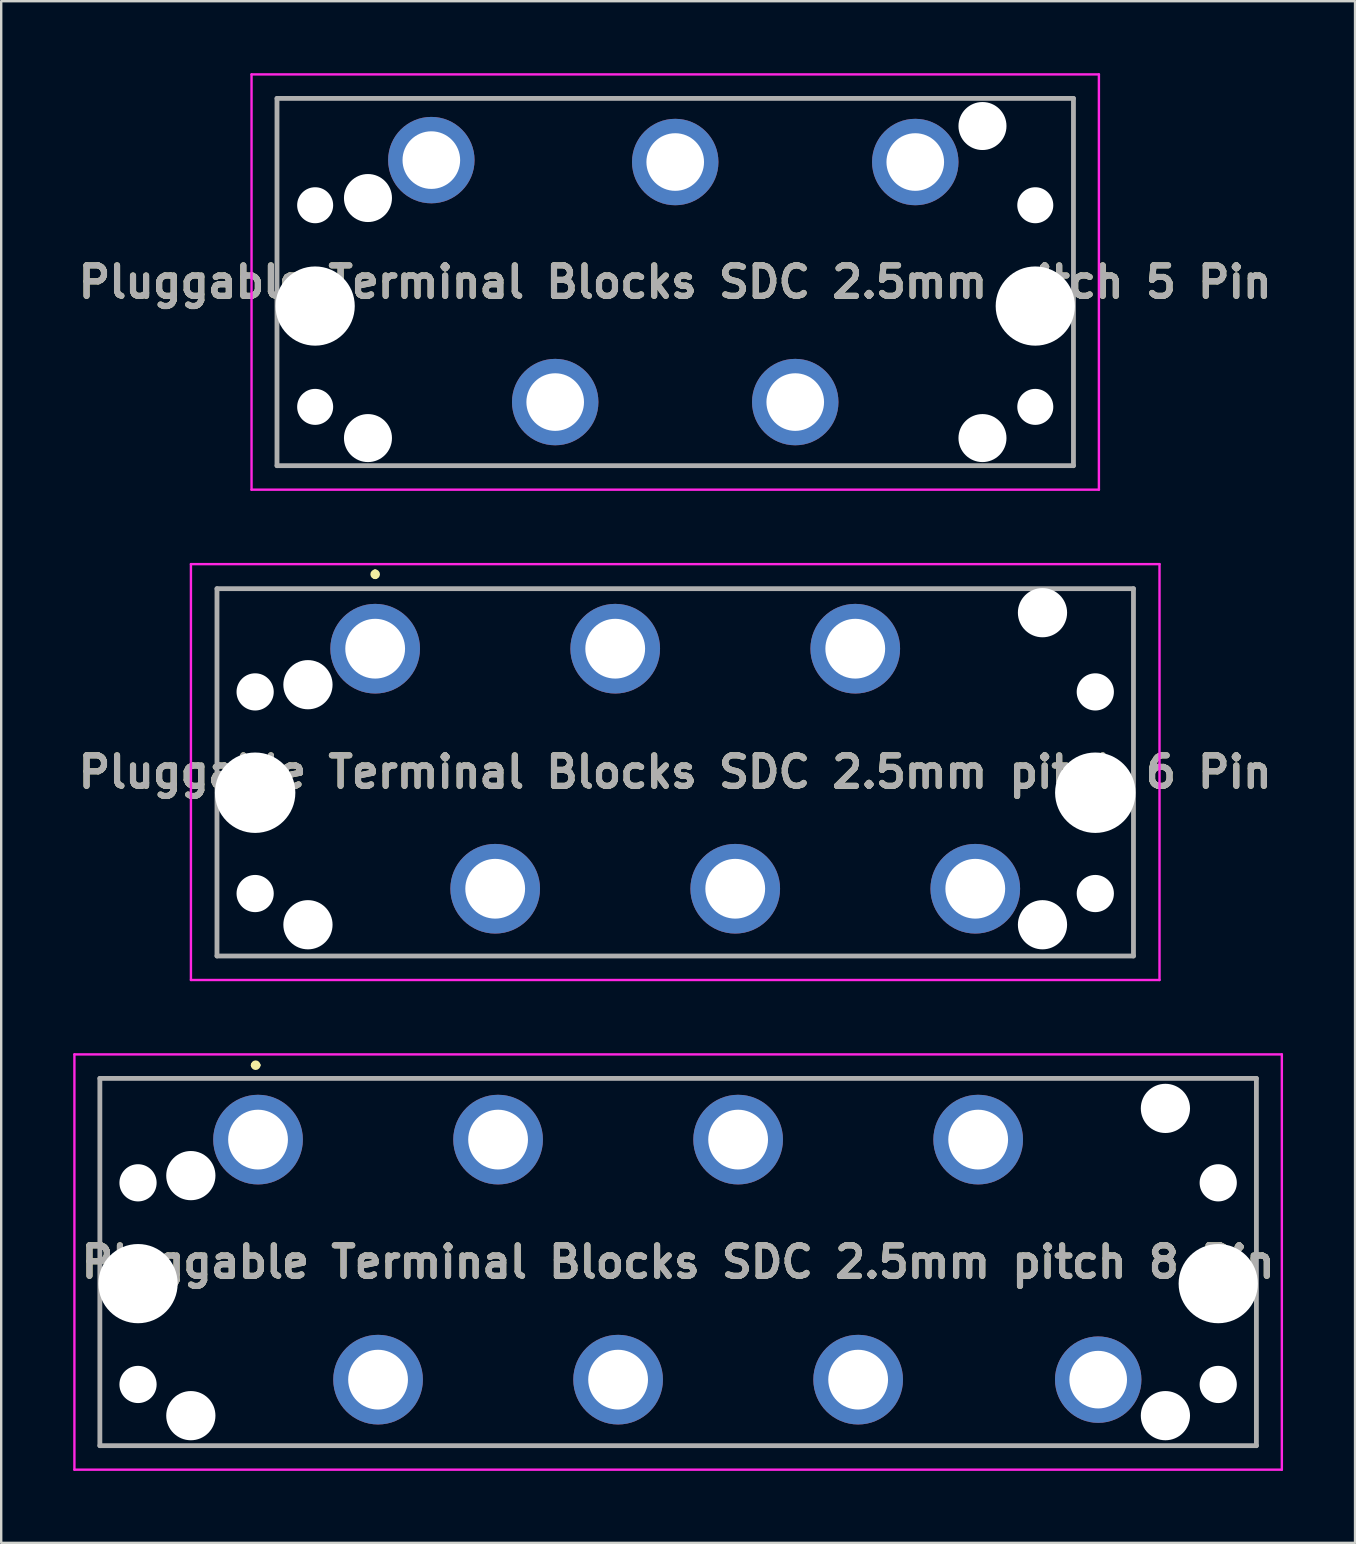
<source format=kicad_pcb>
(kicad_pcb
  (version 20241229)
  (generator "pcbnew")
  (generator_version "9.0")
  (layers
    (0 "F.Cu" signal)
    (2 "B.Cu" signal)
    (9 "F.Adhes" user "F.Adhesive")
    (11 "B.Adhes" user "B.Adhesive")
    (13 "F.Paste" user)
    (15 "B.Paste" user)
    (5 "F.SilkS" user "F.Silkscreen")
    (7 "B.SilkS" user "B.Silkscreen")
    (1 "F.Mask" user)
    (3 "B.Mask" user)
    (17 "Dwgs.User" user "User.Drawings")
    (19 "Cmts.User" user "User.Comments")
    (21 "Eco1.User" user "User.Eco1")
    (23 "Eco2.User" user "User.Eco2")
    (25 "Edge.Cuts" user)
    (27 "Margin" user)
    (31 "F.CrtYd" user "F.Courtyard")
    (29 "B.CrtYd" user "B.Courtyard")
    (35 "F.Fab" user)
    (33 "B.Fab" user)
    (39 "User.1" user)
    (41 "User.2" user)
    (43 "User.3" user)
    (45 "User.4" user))
  (footprint "Pluggable Terminal Blocks SDC 2.5mm pitch 8 Pin"
    (layer "F.Cu")
    (at 25.2 49.525)
    (property "Reference" "Pluggable Terminal Blocks SDC 2.5mm pitch 8 Pin" (at 0 0 0) (layer "F.SilkS") (effects (font (size 1.27 1.27) (thickness 0.254))))
    (attr through_hole)
    (fp_line (start -24.09 -7.65) (end 24 -7.65) (stroke (width 0.1) (type solid)) (layer "F.SilkS"))
    (fp_line (start -24.09 -0.5) (end -24.09 -7.65) (stroke (width 0.1) (type solid)) (layer "F.SilkS"))
    (fp_line (start -24.09 7.65) (end -24.09 2.5) (stroke (width 0.1) (type solid)) (layer "F.SilkS"))
    (fp_line (start -17.7 -8.2) (end -17.7 -8.2) (stroke (width 0.2) (type solid)) (layer "F.SilkS"))
    (fp_line (start -17.5 -8.2) (end -17.5 -8.2) (stroke (width 0.2) (type solid)) (layer "F.SilkS"))
    (fp_line (start 24 -7.65) (end 24.09 -7.65) (stroke (width 0.1) (type solid)) (layer "F.SilkS"))
    (fp_line (start 24.09 -7.65) (end 24.09 -0.5) (stroke (width 0.1) (type solid)) (layer "F.SilkS"))
    (fp_line (start 24.09 2.5) (end 24.09 7.65) (stroke (width 0.1) (type solid)) (layer "F.SilkS"))
    (fp_line (start 24.09 7.65) (end -24.09 7.65) (stroke (width 0.1) (type solid)) (layer "F.SilkS"))
    (fp_arc (start -17.7 -8.2) (mid -17.6 -8.3) (end -17.5 -8.2) (stroke (width 0.2) (type solid)) (layer "F.SilkS"))
    (fp_arc (start -17.5 -8.2) (mid -17.6 -8.1) (end -17.7 -8.2) (stroke (width 0.2) (type solid)) (layer "F.SilkS"))
    (fp_line (start -25.15 -8.65) (end 25.15 -8.65) (stroke (width 0.1) (type solid)) (layer "F.CrtYd"))
    (fp_line (start -25.15 8.65) (end -25.15 -8.65) (stroke (width 0.1) (type solid)) (layer "F.CrtYd"))
    (fp_line (start 25.15 -8.65) (end 25.15 8.65) (stroke (width 0.1) (type solid)) (layer "F.CrtYd"))
    (fp_line (start 25.15 8.65) (end -25.15 8.65) (stroke (width 0.1) (type solid)) (layer "F.CrtYd"))
    (fp_line (start -24.09 -7.65) (end 24.09 -7.65) (stroke (width 0.2) (type solid)) (layer "F.Fab"))
    (fp_line (start -24.09 7.65) (end -24.09 -7.65) (stroke (width 0.2) (type solid)) (layer "F.Fab"))
    (fp_line (start 24.09 -7.65) (end 24.09 7.65) (stroke (width 0.2) (type solid)) (layer "F.Fab"))
    (fp_line (start 24.09 7.65) (end -24.09 7.65) (stroke (width 0.2) (type solid)) (layer "F.Fab"))
    (fp_text user "${REFERENCE}" (at 0 0 0) (layer "F.Fab") (effects (font (size 1.27 1.27) (thickness 0.254))))
    (pad "" np_thru_hole circle (at -22.5 -3.3) (size 1.55 1.55) (drill 1.55) (layers "*.Cu" "*.Mask"))
    (pad "" np_thru_hole circle (at -22.5 0.9) (size 3.3 3.3) (drill 3.3) (layers "*.Cu" "*.Mask"))
    (pad "" np_thru_hole circle (at -22.5 5.1) (size 1.55 1.55) (drill 1.55) (layers "*.Cu" "*.Mask"))
    (pad "" np_thru_hole circle (at -20.3 -3.6) (size 2.05 2.05) (drill 2.05) (layers "*.Cu" "*.Mask"))
    (pad "" np_thru_hole circle (at -20.3 6.4) (size 2.05 2.05) (drill 2.05) (layers "*.Cu" "*.Mask"))
    (pad "" np_thru_hole circle (at 20.3 -6.4) (size 2.05 2.05) (drill 2.05) (layers "*.Cu" "*.Mask"))
    (pad "" np_thru_hole circle (at 20.3 6.4) (size 2.05 2.05) (drill 2.05) (layers "*.Cu" "*.Mask"))
    (pad "" np_thru_hole circle (at 22.5 -3.3) (size 1.55 1.55) (drill 1.55) (layers "*.Cu" "*.Mask"))
    (pad "" np_thru_hole circle (at 22.5 0.9) (size 3.3 3.3) (drill 3.3) (layers "*.Cu" "*.Mask"))
    (pad "" np_thru_hole circle (at 22.5 5.1) (size 1.55 1.55) (drill 1.55) (layers "*.Cu" "*.Mask"))
    (pad "1" thru_hole circle (at -17.5 -5.1) (size 3.735 3.735) (drill 2.49) (layers "*.Cu" "*.Mask"))
    (pad "2" thru_hole circle (at -12.5 4.9) (size 3.735 3.735) (drill 2.49) (layers "*.Cu" "*.Mask"))
    (pad "3" thru_hole circle (at -7.5 -5.1) (size 3.735 3.735) (drill 2.49) (layers "*.Cu" "*.Mask"))
    (pad "4" thru_hole circle (at -2.5 4.9) (size 3.735 3.735) (drill 2.49) (layers "*.Cu" "*.Mask"))
    (pad "5" thru_hole circle (at 2.5 -5.1) (size 3.735 3.735) (drill 2.49) (layers "*.Cu" "*.Mask"))
    (pad "6" thru_hole circle (at 7.5 4.9) (size 3.735 3.735) (drill 2.49) (layers "*.Cu" "*.Mask"))
    (pad "7" thru_hole circle (at 12.5 -5.1) (size 3.735 3.735) (drill 2.49) (layers "*.Cu" "*.Mask"))
    (pad "8" thru_hole circle (at 17.5 4.9) (size 3.6 3.6) (drill 2.4) (layers "*.Cu" "*.Mask")))
  (footprint "Pluggable Terminal Blocks SDC 2.5mm pitch 6 Pin"
    (layer "F.Cu")
    (at 25.079 29.974)
    (property "Reference" "Pluggable Terminal Blocks SDC 2.5mm pitch 6 Pin" (at 0 -0.862 0) (layer "F.SilkS") (effects (font (size 1.27 1.27) (thickness 0.254))))
    (attr through_hole)
    (fp_line (start -19.09 -8.5) (end 13.5 -8.5) (stroke (width 0.1) (type solid)) (layer "F.SilkS"))
    (fp_line (start -19.09 -2.2) (end -19.09 -8.5) (stroke (width 0.1) (type solid)) (layer "F.SilkS"))
    (fp_line (start -19.09 6.801) (end -19.09 1.8) (stroke (width 0.1) (type solid)) (layer "F.SilkS"))
    (fp_line (start -16.5 6.801) (end -19.09 6.801) (stroke (width 0.1) (type solid)) (layer "F.SilkS"))
    (fp_line (start -12.5 -9.2) (end -12.5 -9.2) (stroke (width 0.2) (type solid)) (layer "F.SilkS"))
    (fp_line (start -12.5 -9) (end -12.5 -9) (stroke (width 0.2) (type solid)) (layer "F.SilkS"))
    (fp_line (start 17 -8.5) (end 19.09 -8.5) (stroke (width 0.1) (type solid)) (layer "F.SilkS"))
    (fp_line (start 19.09 -8.5) (end 19.09 -1.7) (stroke (width 0.1) (type solid)) (layer "F.SilkS"))
    (fp_line (start 19.09 2.301) (end 19.09 6.801) (stroke (width 0.1) (type solid)) (layer "F.SilkS"))
    (fp_line (start 19.09 6.801) (end -19.09 6.801) (stroke (width 0.1) (type solid)) (layer "F.SilkS"))
    (fp_arc (start -12.5 -9.2) (mid -12.4 -9.1) (end -12.5 -9) (stroke (width 0.2) (type solid)) (layer "F.SilkS"))
    (fp_arc (start -12.5 -9) (mid -12.6 -9.1) (end -12.5 -9.2) (stroke (width 0.2) (type solid)) (layer "F.SilkS"))
    (fp_line (start -20.175 -9.524) (end 20.175 -9.524) (stroke (width 0.1) (type solid)) (layer "F.CrtYd"))
    (fp_line (start -20.175 7.801) (end -20.175 -9.524) (stroke (width 0.1) (type solid)) (layer "F.CrtYd"))
    (fp_line (start 20.175 -9.524) (end 20.175 7.801) (stroke (width 0.1) (type solid)) (layer "F.CrtYd"))
    (fp_line (start 20.175 7.801) (end -20.175 7.801) (stroke (width 0.1) (type solid)) (layer "F.CrtYd"))
    (fp_line (start -19.09 -8.5) (end 19.09 -8.5) (stroke (width 0.2) (type solid)) (layer "F.Fab"))
    (fp_line (start -19.09 6.801) (end -19.09 -8.5) (stroke (width 0.2) (type solid)) (layer "F.Fab"))
    (fp_line (start 19.09 -8.5) (end 19.09 6.801) (stroke (width 0.2) (type solid)) (layer "F.Fab"))
    (fp_line (start 19.09 6.801) (end -19.09 6.801) (stroke (width 0.2) (type solid)) (layer "F.Fab"))
    (fp_text user "${REFERENCE}" (at 0 -0.862 0) (layer "F.Fab") (effects (font (size 1.27 1.27) (thickness 0.254))))
    (pad "" np_thru_hole circle (at -17.5 -4.2) (size 1.55 1.55) (drill 1.55) (layers "*.Cu" "*.Mask"))
    (pad "" np_thru_hole circle (at -17.5 0) (size 3.35 3.35) (drill 3.35) (layers "*.Cu" "*.Mask"))
    (pad "" np_thru_hole circle (at -17.5 4.2) (size 1.55 1.55) (drill 1.55) (layers "*.Cu" "*.Mask"))
    (pad "" np_thru_hole circle (at -15.3 -4.5) (size 2.05 2.05) (drill 2.05) (layers "*.Cu" "*.Mask"))
    (pad "" np_thru_hole circle (at -15.3 5.5) (size 2.05 2.05) (drill 2.05) (layers "*.Cu" "*.Mask"))
    (pad "" np_thru_hole circle (at 15.3 -7.5) (size 2.05 2.05) (drill 2.05) (layers "*.Cu" "*.Mask"))
    (pad "" np_thru_hole circle (at 15.3 5.5) (size 2.05 2.05) (drill 2.05) (layers "*.Cu" "*.Mask"))
    (pad "" np_thru_hole circle (at 17.5 -4.2) (size 1.55 1.55) (drill 1.55) (layers "*.Cu" "*.Mask"))
    (pad "" np_thru_hole circle (at 17.5 0) (size 3.35 3.35) (drill 3.35) (layers "*.Cu" "*.Mask"))
    (pad "" np_thru_hole circle (at 17.5 4.2) (size 1.55 1.55) (drill 1.55) (layers "*.Cu" "*.Mask"))
    (pad "1" thru_hole circle (at -12.5 -6) (size 3.735 3.735) (drill 2.49) (layers "*.Cu" "*.Mask"))
    (pad "2" thru_hole circle (at -7.5 4) (size 3.735 3.735) (drill 2.49) (layers "*.Cu" "*.Mask"))
    (pad "3" thru_hole circle (at -2.5 -6) (size 3.735 3.735) (drill 2.49) (layers "*.Cu" "*.Mask"))
    (pad "4" thru_hole circle (at 2.5 4) (size 3.735 3.735) (drill 2.49) (layers "*.Cu" "*.Mask"))
    (pad "5" thru_hole circle (at 7.5 -6) (size 3.735 3.735) (drill 2.49) (layers "*.Cu" "*.Mask"))
    (pad "6" thru_hole circle (at 12.5 4) (size 3.735 3.735) (drill 2.49) (layers "*.Cu" "*.Mask")))
  (footprint "Pluggable Terminal Blocks SDC 2.5mm pitch 5 Pin"
    (layer "F.Cu")
    (at 14.919 3.62)
    (property "Reference" "Pluggable Terminal Blocks SDC 2.5mm pitch 5 Pin" (at 10.16 5.08 0) (layer "F.SilkS") (effects (font (size 1.27 1.27) (thickness 0.254))))
    (attr through_hole)
    (fp_line (start -6.43 -2.57) (end 26.75 -2.57) (stroke (width 0.1) (type solid)) (layer "F.SilkS"))
    (fp_line (start -6.43 5.08) (end -6.43 -2.57) (stroke (width 0.1) (type solid)) (layer "F.SilkS"))
    (fp_line (start -6.43 7.08) (end -6.43 12.73) (stroke (width 0.1) (type solid)) (layer "F.SilkS"))
    (fp_line (start -6.43 12.73) (end 26.75 12.73) (stroke (width 0.1) (type solid)) (layer "F.SilkS"))
    (fp_line (start 26.75 -2.57) (end 26.75 5.08) (stroke (width 0.1) (type solid)) (layer "F.SilkS"))
    (fp_line (start 26.75 12.73) (end 26.75 7.08) (stroke (width 0.1) (type solid)) (layer "F.SilkS"))
    (fp_line (start -7.49 -3.57) (end 27.81 -3.57) (stroke (width 0.1) (type solid)) (layer "F.CrtYd"))
    (fp_line (start -7.49 13.73) (end -7.49 -3.57) (stroke (width 0.1) (type solid)) (layer "F.CrtYd"))
    (fp_line (start 27.81 -3.57) (end 27.81 13.73) (stroke (width 0.1) (type solid)) (layer "F.CrtYd"))
    (fp_line (start 27.81 13.73) (end -7.49 13.73) (stroke (width 0.1) (type solid)) (layer "F.CrtYd"))
    (fp_line (start -6.43 -2.57) (end 26.75 -2.57) (stroke (width 0.2) (type solid)) (layer "F.Fab"))
    (fp_line (start -6.43 12.73) (end -6.43 -2.57) (stroke (width 0.2) (type solid)) (layer "F.Fab"))
    (fp_line (start 26.75 -2.57) (end 26.75 12.73) (stroke (width 0.2) (type solid)) (layer "F.Fab"))
    (fp_line (start 26.75 12.73) (end -6.43 12.73) (stroke (width 0.2) (type solid)) (layer "F.Fab"))
    (fp_text user "${REFERENCE}" (at 10.16 5.08 0) (layer "F.Fab") (effects (font (size 1.27 1.27) (thickness 0.254))))
    (pad "" np_thru_hole circle (at -4.84 1.88) (size 1.5 1.5) (drill 1.5) (layers "*.Cu" "*.Mask"))
    (pad "" np_thru_hole circle (at -4.84 6.08) (size 3.3 3.3) (drill 3.3) (layers "*.Cu" "*.Mask"))
    (pad "" np_thru_hole circle (at -4.84 10.28) (size 1.5 1.5) (drill 1.5) (layers "*.Cu" "*.Mask"))
    (pad "" np_thru_hole circle (at -2.64 1.58) (size 2 2) (drill 2) (layers "*.Cu" "*.Mask"))
    (pad "" np_thru_hole circle (at -2.64 11.58) (size 2 2) (drill 2) (layers "*.Cu" "*.Mask"))
    (pad "" np_thru_hole circle (at 22.96 -1.42) (size 2 2) (drill 2) (layers "*.Cu" "*.Mask"))
    (pad "" np_thru_hole circle (at 22.96 11.58) (size 2 2) (drill 2) (layers "*.Cu" "*.Mask"))
    (pad "" np_thru_hole circle (at 25.16 1.88) (size 1.5 1.5) (drill 1.5) (layers "*.Cu" "*.Mask"))
    (pad "" np_thru_hole circle (at 25.16 6.08) (size 3.3 3.3) (drill 3.3) (layers "*.Cu" "*.Mask"))
    (pad "" np_thru_hole circle (at 25.16 10.28) (size 1.5 1.5) (drill 1.5) (layers "*.Cu" "*.Mask"))
    (pad "1" thru_hole circle (at 0 0) (size 3.6 3.6) (drill 2.4) (layers "*.Cu" "*.Mask"))
    (pad "2" thru_hole circle (at 5.16 10.08) (size 3.6 3.6) (drill 2.4) (layers "*.Cu" "*.Mask"))
    (pad "3" thru_hole circle (at 10.16 0.08) (size 3.6 3.6) (drill 2.4) (layers "*.Cu" "*.Mask"))
    (pad "4" thru_hole circle (at 15.16 10.08) (size 3.6 3.6) (drill 2.4) (layers "*.Cu" "*.Mask"))
    (pad "5" thru_hole circle (at 20.16 0.08) (size 3.6 3.6) (drill 2.4) (layers "*.Cu" "*.Mask")))
  (gr_rect
    (start -3 -3)
    (end 53.4 61.225)
    (stroke (width 0.1) (type default))
    (fill no)
    (layer "Edge.Cuts")))
</source>
